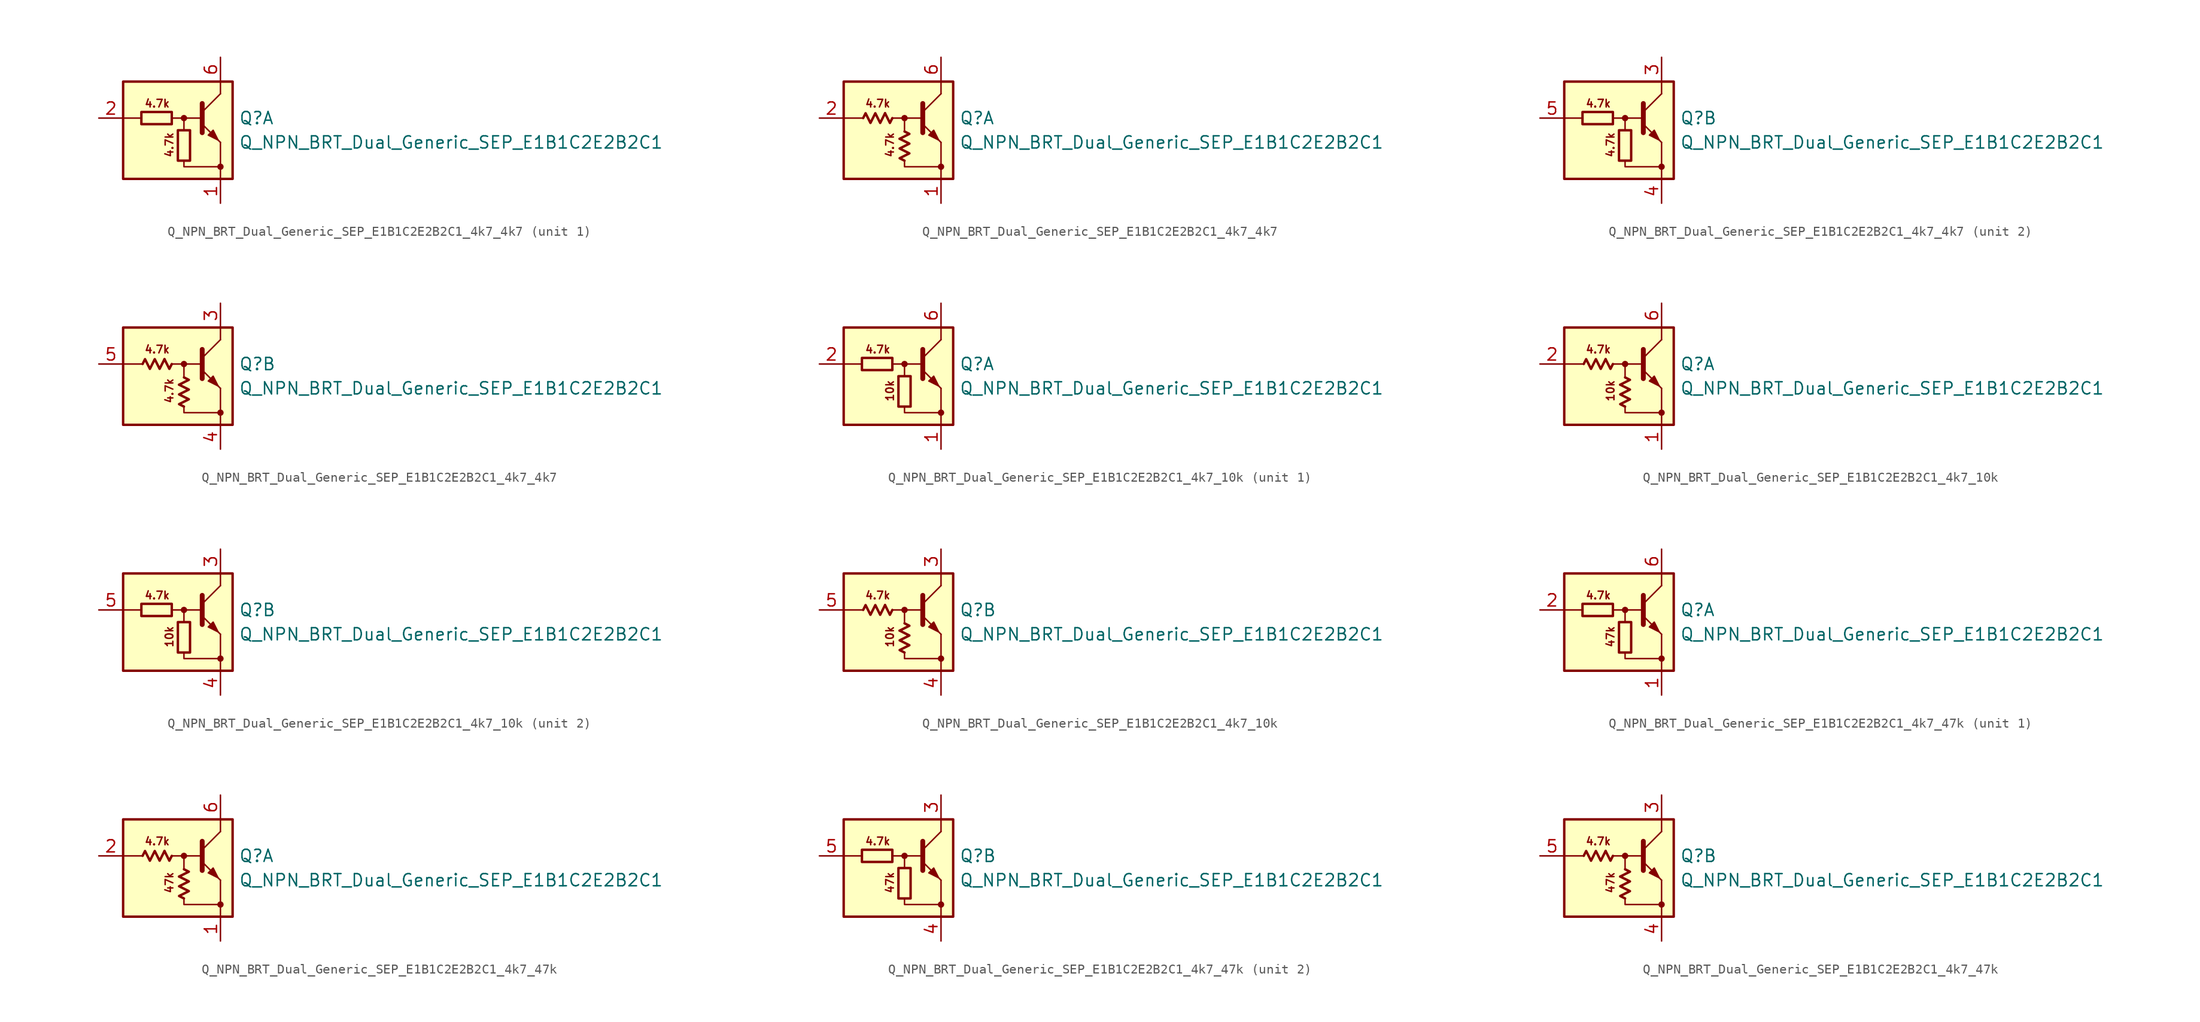
<source format=kicad_sym>
(kicad_symbol_lib
  (version 20220914)
  (generator kicad_symbol_editor)
  (symbol "Q_NPN_BRT_Dual_Generic_SEP_E1B1C2E2B2C1_4k7_4k7"
    (pin_names
      (offset 1.016) hide)
    (property "Reference" "Q"
      (at 5.715 1.27 0)
      (effects (font (size 1.27 1.27)) (justify left)))
    (property "Value" "Q_NPN_BRT_Dual_Generic_SEP_E1B1C2E2B2C1"
      (at 5.715 -1.27 0)
      (effects (font (size 1.27 1.27)) (justify left)))
    (property "ki_locked" ""
      (at 0 0 0)
      (effects (font (size 1.27 1.27))))
    (symbol "Q_NPN_BRT_Dual_Generic_SEP_E1B1C2E2B2C1_4k7_4k7_0_2"
      (polyline (pts (xy -2.032 1.778) (xy -1.524 0.762) (xy -1.27 1.27)) (stroke (width 0.254) (type default)) (fill (type none)))
      (polyline (pts (xy -0.508 -0.889) (xy 0.508 -0.381) (xy 0 -0.127)) (stroke (width 0.254) (type default)) (fill (type none)))
      (polyline (pts (xy -4.318 1.27) (xy -4.064 1.778) (xy -3.556 0.762) (xy -3.048 1.778) (xy -2.54 0.762) (xy -2.032 1.778)) (stroke (width 0.254) (type default)) (fill (type none)))
      (polyline (pts (xy 0 -3.175) (xy -0.508 -2.921) (xy 0.508 -2.413) (xy -0.508 -1.905) (xy 0.508 -1.397) (xy -0.508 -0.889)) (stroke (width 0.254) (type default)) (fill (type none))))
    (symbol "Q_NPN_BRT_Dual_Generic_SEP_E1B1C2E2B2C1_4k7_4k7_1_0"
      (rectangle (start -6.35 5.08) (end 5.08 -5.08) (stroke (width 0.254) (type default)) (fill (type background)))
      (polyline (pts (xy -4.445 1.27) (xy -6.35 1.27)) (stroke (width 0) (type default)) (fill (type none)))
      (polyline (pts (xy -0.254 1.27) (xy 1.905 1.27)) (stroke (width 0) (type default)) (fill (type none)))
      (polyline (pts (xy 1.905 1.905) (xy 3.81 3.81)) (stroke (width 0) (type default)) (fill (type none)))
      (polyline (pts (xy 1.905 2.794) (xy 1.905 -0.254)) (stroke (width 0.508) (type default)) (fill (type none)))
      (polyline (pts (xy 3.81 -3.81) (xy 3.81 -5.08)) (stroke (width 0) (type default)) (fill (type none)))
      (polyline (pts (xy 3.81 -3.81) (xy 3.81 -1.27)) (stroke (width 0) (type default)) (fill (type none)))
      (polyline (pts (xy 3.81 3.81) (xy 3.81 5.08)) (stroke (width 0) (type default)) (fill (type none)))
      (polyline (pts (xy -1.27 1.27) (xy 0 1.27) (xy 0 0)) (stroke (width 0) (type default)) (fill (type none)))
      (polyline (pts (xy 0 -3.175) (xy 0 -3.81) (xy 3.81 -3.81)) (stroke (width 0) (type default)) (fill (type none)))
      (polyline (pts (xy 1.905 0.635) (xy 3.81 -1.27) (xy 3.81 -1.27)) (stroke (width 0) (type default)) (fill (type none)))
      (polyline (pts (xy 2.54 -0.508) (xy 3.048 0) (xy 3.556 -1.016) (xy 2.54 -0.508) (xy 2.54 -0.508)) (stroke (width 0) (type default)) (fill (type outline)))
      (circle (center 0 1.27) (radius 0.254) (stroke (width 0) (type default)) (fill (type outline)))
      (circle (center 3.81 -3.81) (radius 0.254) (stroke (width 0) (type default)) (fill (type outline)))
      (text "4.7k" (at -2.794 2.794 0) (effects (font (size 0.8 0.8))))
      (text "4.7k" (at -1.524 -1.524 900) (effects (font (size 0.8 0.8)))))
    (symbol "Q_NPN_BRT_Dual_Generic_SEP_E1B1C2E2B2C1_4k7_4k7_1_1"
      (rectangle (start -4.445 1.905) (end -1.27 0.635) (stroke (width 0.254) (type default)) (fill (type none)))
      (rectangle (start -0.635 0) (end 0.635 -3.175) (stroke (width 0.254) (type default)) (fill (type none)))
      (pin passive line (at 3.81 -7.62 90) (length 2.54) (name "E1" (effects (font (size 1.27 1.27)))) (number "1" (effects (font (size 1.27 1.27)))))
      (pin passive line (at -8.89 1.27 0) (length 2.54) (name "B1" (effects (font (size 1.27 1.27)))) (number "2" (effects (font (size 1.27 1.27)))))
      (pin passive line (at 3.81 7.62 270) (length 2.54) (name "C1" (effects (font (size 1.27 1.27)))) (number "6" (effects (font (size 1.27 1.27))))))
    (symbol "Q_NPN_BRT_Dual_Generic_SEP_E1B1C2E2B2C1_4k7_4k7_1_2"
      (pin passive line (at 3.81 -7.62 90) (length 2.54) (name "E1" (effects (font (size 1.27 1.27)))) (number "1" (effects (font (size 1.27 1.27)))))
      (pin passive line (at -8.89 1.27 0) (length 2.54) (name "B1" (effects (font (size 1.27 1.27)))) (number "2" (effects (font (size 1.27 1.27)))))
      (pin passive line (at 3.81 7.62 270) (length 2.54) (name "C1" (effects (font (size 1.27 1.27)))) (number "6" (effects (font (size 1.27 1.27))))))
    (symbol "Q_NPN_BRT_Dual_Generic_SEP_E1B1C2E2B2C1_4k7_4k7_2_0"
      (rectangle (start -6.35 5.08) (end 5.08 -5.08) (stroke (width 0.254) (type default)) (fill (type background)))
      (polyline (pts (xy -4.445 1.27) (xy -6.35 1.27)) (stroke (width 0) (type default)) (fill (type none)))
      (polyline (pts (xy -0.254 1.27) (xy 1.905 1.27)) (stroke (width 0) (type default)) (fill (type none)))
      (polyline (pts (xy 1.905 1.905) (xy 3.81 3.81)) (stroke (width 0) (type default)) (fill (type none)))
      (polyline (pts (xy 1.905 2.794) (xy 1.905 -0.254)) (stroke (width 0.508) (type default)) (fill (type none)))
      (polyline (pts (xy 3.81 -3.81) (xy 3.81 -5.08)) (stroke (width 0) (type default)) (fill (type none)))
      (polyline (pts (xy 3.81 -3.81) (xy 3.81 -1.27)) (stroke (width 0) (type default)) (fill (type none)))
      (polyline (pts (xy 3.81 3.81) (xy 3.81 5.08)) (stroke (width 0) (type default)) (fill (type none)))
      (polyline (pts (xy -1.27 1.27) (xy 0 1.27) (xy 0 0)) (stroke (width 0) (type default)) (fill (type none)))
      (polyline (pts (xy 0 -3.175) (xy 0 -3.81) (xy 3.81 -3.81)) (stroke (width 0) (type default)) (fill (type none)))
      (polyline (pts (xy 1.905 0.635) (xy 3.81 -1.27) (xy 3.81 -1.27)) (stroke (width 0) (type default)) (fill (type none)))
      (polyline (pts (xy 2.54 -0.508) (xy 3.048 0) (xy 3.556 -1.016) (xy 2.54 -0.508) (xy 2.54 -0.508)) (stroke (width 0) (type default)) (fill (type outline)))
      (circle (center 0 1.27) (radius 0.254) (stroke (width 0) (type default)) (fill (type outline)))
      (circle (center 3.81 -3.81) (radius 0.254) (stroke (width 0) (type default)) (fill (type outline)))
      (text "4.7k" (at -2.794 2.794 0) (effects (font (size 0.8 0.8))))
      (text "4.7k" (at -1.524 -1.524 900) (effects (font (size 0.8 0.8)))))
    (symbol "Q_NPN_BRT_Dual_Generic_SEP_E1B1C2E2B2C1_4k7_4k7_2_1"
      (rectangle (start -4.445 1.905) (end -1.27 0.635) (stroke (width 0.254) (type default)) (fill (type none)))
      (rectangle (start -0.635 0) (end 0.635 -3.175) (stroke (width 0.254) (type default)) (fill (type none)))
      (pin passive line (at 3.81 7.62 270) (length 2.54) (name "C2" (effects (font (size 1.27 1.27)))) (number "3" (effects (font (size 1.27 1.27)))))
      (pin passive line (at 3.81 -7.62 90) (length 2.54) (name "E2" (effects (font (size 1.27 1.27)))) (number "4" (effects (font (size 1.27 1.27)))))
      (pin input line (at -8.89 1.27 0) (length 2.54) (name "B2" (effects (font (size 1.27 1.27)))) (number "5" (effects (font (size 1.27 1.27))))))
    (symbol "Q_NPN_BRT_Dual_Generic_SEP_E1B1C2E2B2C1_4k7_4k7_2_2"
      (pin passive line (at 3.81 7.62 270) (length 2.54) (name "C2" (effects (font (size 1.27 1.27)))) (number "3" (effects (font (size 1.27 1.27)))))
      (pin passive line (at 3.81 -7.62 90) (length 2.54) (name "E2" (effects (font (size 1.27 1.27)))) (number "4" (effects (font (size 1.27 1.27)))))
      (pin input line (at -8.89 1.27 0) (length 2.54) (name "B2" (effects (font (size 1.27 1.27)))) (number "5" (effects (font (size 1.27 1.27)))))))
  (symbol "Q_NPN_BRT_Dual_Generic_SEP_E1B1C2E2B2C1_4k7_10k"
    (pin_names
      (offset 1.016) hide)
    (property "Reference" "Q"
      (at 5.715 1.27 0)
      (effects (font (size 1.27 1.27)) (justify left)))
    (property "Value" "Q_NPN_BRT_Dual_Generic_SEP_E1B1C2E2B2C1"
      (at 5.715 -1.27 0)
      (effects (font (size 1.27 1.27)) (justify left)))
    (property "ki_locked" ""
      (at 0 0 0)
      (effects (font (size 1.27 1.27))))
    (symbol "Q_NPN_BRT_Dual_Generic_SEP_E1B1C2E2B2C1_4k7_10k_0_2"
      (polyline (pts (xy -2.032 1.778) (xy -1.524 0.762) (xy -1.27 1.27)) (stroke (width 0.254) (type default)) (fill (type none)))
      (polyline (pts (xy -0.508 -0.889) (xy 0.508 -0.381) (xy 0 -0.127)) (stroke (width 0.254) (type default)) (fill (type none)))
      (polyline (pts (xy -4.318 1.27) (xy -4.064 1.778) (xy -3.556 0.762) (xy -3.048 1.778) (xy -2.54 0.762) (xy -2.032 1.778)) (stroke (width 0.254) (type default)) (fill (type none)))
      (polyline (pts (xy 0 -3.175) (xy -0.508 -2.921) (xy 0.508 -2.413) (xy -0.508 -1.905) (xy 0.508 -1.397) (xy -0.508 -0.889)) (stroke (width 0.254) (type default)) (fill (type none))))
    (symbol "Q_NPN_BRT_Dual_Generic_SEP_E1B1C2E2B2C1_4k7_10k_1_0"
      (rectangle (start -6.35 5.08) (end 5.08 -5.08) (stroke (width 0.254) (type default)) (fill (type background)))
      (polyline (pts (xy -4.445 1.27) (xy -6.35 1.27)) (stroke (width 0) (type default)) (fill (type none)))
      (polyline (pts (xy -0.254 1.27) (xy 1.905 1.27)) (stroke (width 0) (type default)) (fill (type none)))
      (polyline (pts (xy 1.905 1.905) (xy 3.81 3.81)) (stroke (width 0) (type default)) (fill (type none)))
      (polyline (pts (xy 1.905 2.794) (xy 1.905 -0.254)) (stroke (width 0.508) (type default)) (fill (type none)))
      (polyline (pts (xy 3.81 -3.81) (xy 3.81 -5.08)) (stroke (width 0) (type default)) (fill (type none)))
      (polyline (pts (xy 3.81 -3.81) (xy 3.81 -1.27)) (stroke (width 0) (type default)) (fill (type none)))
      (polyline (pts (xy 3.81 3.81) (xy 3.81 5.08)) (stroke (width 0) (type default)) (fill (type none)))
      (polyline (pts (xy -1.27 1.27) (xy 0 1.27) (xy 0 0)) (stroke (width 0) (type default)) (fill (type none)))
      (polyline (pts (xy 0 -3.175) (xy 0 -3.81) (xy 3.81 -3.81)) (stroke (width 0) (type default)) (fill (type none)))
      (polyline (pts (xy 1.905 0.635) (xy 3.81 -1.27) (xy 3.81 -1.27)) (stroke (width 0) (type default)) (fill (type none)))
      (polyline (pts (xy 2.54 -0.508) (xy 3.048 0) (xy 3.556 -1.016) (xy 2.54 -0.508) (xy 2.54 -0.508)) (stroke (width 0) (type default)) (fill (type outline)))
      (circle (center 0 1.27) (radius 0.254) (stroke (width 0) (type default)) (fill (type outline)))
      (circle (center 3.81 -3.81) (radius 0.254) (stroke (width 0) (type default)) (fill (type outline)))
      (text "10k" (at -1.524 -1.524 900) (effects (font (size 0.8 0.8))))
      (text "4.7k" (at -2.794 2.794 0) (effects (font (size 0.8 0.8)))))
    (symbol "Q_NPN_BRT_Dual_Generic_SEP_E1B1C2E2B2C1_4k7_10k_1_1"
      (rectangle (start -4.445 1.905) (end -1.27 0.635) (stroke (width 0.254) (type default)) (fill (type none)))
      (rectangle (start -0.635 0) (end 0.635 -3.175) (stroke (width 0.254) (type default)) (fill (type none)))
      (pin passive line (at 3.81 -7.62 90) (length 2.54) (name "E1" (effects (font (size 1.27 1.27)))) (number "1" (effects (font (size 1.27 1.27)))))
      (pin passive line (at -8.89 1.27 0) (length 2.54) (name "B1" (effects (font (size 1.27 1.27)))) (number "2" (effects (font (size 1.27 1.27)))))
      (pin passive line (at 3.81 7.62 270) (length 2.54) (name "C1" (effects (font (size 1.27 1.27)))) (number "6" (effects (font (size 1.27 1.27))))))
    (symbol "Q_NPN_BRT_Dual_Generic_SEP_E1B1C2E2B2C1_4k7_10k_1_2"
      (pin passive line (at 3.81 -7.62 90) (length 2.54) (name "E1" (effects (font (size 1.27 1.27)))) (number "1" (effects (font (size 1.27 1.27)))))
      (pin passive line (at -8.89 1.27 0) (length 2.54) (name "B1" (effects (font (size 1.27 1.27)))) (number "2" (effects (font (size 1.27 1.27)))))
      (pin passive line (at 3.81 7.62 270) (length 2.54) (name "C1" (effects (font (size 1.27 1.27)))) (number "6" (effects (font (size 1.27 1.27))))))
    (symbol "Q_NPN_BRT_Dual_Generic_SEP_E1B1C2E2B2C1_4k7_10k_2_0"
      (rectangle (start -6.35 5.08) (end 5.08 -5.08) (stroke (width 0.254) (type default)) (fill (type background)))
      (polyline (pts (xy -4.445 1.27) (xy -6.35 1.27)) (stroke (width 0) (type default)) (fill (type none)))
      (polyline (pts (xy -0.254 1.27) (xy 1.905 1.27)) (stroke (width 0) (type default)) (fill (type none)))
      (polyline (pts (xy 1.905 1.905) (xy 3.81 3.81)) (stroke (width 0) (type default)) (fill (type none)))
      (polyline (pts (xy 1.905 2.794) (xy 1.905 -0.254)) (stroke (width 0.508) (type default)) (fill (type none)))
      (polyline (pts (xy 3.81 -3.81) (xy 3.81 -5.08)) (stroke (width 0) (type default)) (fill (type none)))
      (polyline (pts (xy 3.81 -3.81) (xy 3.81 -1.27)) (stroke (width 0) (type default)) (fill (type none)))
      (polyline (pts (xy 3.81 3.81) (xy 3.81 5.08)) (stroke (width 0) (type default)) (fill (type none)))
      (polyline (pts (xy -1.27 1.27) (xy 0 1.27) (xy 0 0)) (stroke (width 0) (type default)) (fill (type none)))
      (polyline (pts (xy 0 -3.175) (xy 0 -3.81) (xy 3.81 -3.81)) (stroke (width 0) (type default)) (fill (type none)))
      (polyline (pts (xy 1.905 0.635) (xy 3.81 -1.27) (xy 3.81 -1.27)) (stroke (width 0) (type default)) (fill (type none)))
      (polyline (pts (xy 2.54 -0.508) (xy 3.048 0) (xy 3.556 -1.016) (xy 2.54 -0.508) (xy 2.54 -0.508)) (stroke (width 0) (type default)) (fill (type outline)))
      (circle (center 0 1.27) (radius 0.254) (stroke (width 0) (type default)) (fill (type outline)))
      (circle (center 3.81 -3.81) (radius 0.254) (stroke (width 0) (type default)) (fill (type outline)))
      (text "10k" (at -1.524 -1.524 900) (effects (font (size 0.8 0.8))))
      (text "4.7k" (at -2.794 2.794 0) (effects (font (size 0.8 0.8)))))
    (symbol "Q_NPN_BRT_Dual_Generic_SEP_E1B1C2E2B2C1_4k7_10k_2_1"
      (rectangle (start -4.445 1.905) (end -1.27 0.635) (stroke (width 0.254) (type default)) (fill (type none)))
      (rectangle (start -0.635 0) (end 0.635 -3.175) (stroke (width 0.254) (type default)) (fill (type none)))
      (pin passive line (at 3.81 7.62 270) (length 2.54) (name "C2" (effects (font (size 1.27 1.27)))) (number "3" (effects (font (size 1.27 1.27)))))
      (pin passive line (at 3.81 -7.62 90) (length 2.54) (name "E2" (effects (font (size 1.27 1.27)))) (number "4" (effects (font (size 1.27 1.27)))))
      (pin input line (at -8.89 1.27 0) (length 2.54) (name "B2" (effects (font (size 1.27 1.27)))) (number "5" (effects (font (size 1.27 1.27))))))
    (symbol "Q_NPN_BRT_Dual_Generic_SEP_E1B1C2E2B2C1_4k7_10k_2_2"
      (pin passive line (at 3.81 7.62 270) (length 2.54) (name "C2" (effects (font (size 1.27 1.27)))) (number "3" (effects (font (size 1.27 1.27)))))
      (pin passive line (at 3.81 -7.62 90) (length 2.54) (name "E2" (effects (font (size 1.27 1.27)))) (number "4" (effects (font (size 1.27 1.27)))))
      (pin input line (at -8.89 1.27 0) (length 2.54) (name "B2" (effects (font (size 1.27 1.27)))) (number "5" (effects (font (size 1.27 1.27)))))))
  (symbol "Q_NPN_BRT_Dual_Generic_SEP_E1B1C2E2B2C1_4k7_47k"
    (pin_names
      (offset 1.016) hide)
    (property "Reference" "Q"
      (at 5.715 1.27 0)
      (effects (font (size 1.27 1.27)) (justify left)))
    (property "Value" "Q_NPN_BRT_Dual_Generic_SEP_E1B1C2E2B2C1"
      (at 5.715 -1.27 0)
      (effects (font (size 1.27 1.27)) (justify left)))
    (property "ki_locked" ""
      (at 0 0 0)
      (effects (font (size 1.27 1.27))))
    (symbol "Q_NPN_BRT_Dual_Generic_SEP_E1B1C2E2B2C1_4k7_47k_0_2"
      (polyline (pts (xy -2.032 1.778) (xy -1.524 0.762) (xy -1.27 1.27)) (stroke (width 0.254) (type default)) (fill (type none)))
      (polyline (pts (xy -0.508 -0.889) (xy 0.508 -0.381) (xy 0 -0.127)) (stroke (width 0.254) (type default)) (fill (type none)))
      (polyline (pts (xy -4.318 1.27) (xy -4.064 1.778) (xy -3.556 0.762) (xy -3.048 1.778) (xy -2.54 0.762) (xy -2.032 1.778)) (stroke (width 0.254) (type default)) (fill (type none)))
      (polyline (pts (xy 0 -3.175) (xy -0.508 -2.921) (xy 0.508 -2.413) (xy -0.508 -1.905) (xy 0.508 -1.397) (xy -0.508 -0.889)) (stroke (width 0.254) (type default)) (fill (type none))))
    (symbol "Q_NPN_BRT_Dual_Generic_SEP_E1B1C2E2B2C1_4k7_47k_1_0"
      (rectangle (start -6.35 5.08) (end 5.08 -5.08) (stroke (width 0.254) (type default)) (fill (type background)))
      (polyline (pts (xy -4.445 1.27) (xy -6.35 1.27)) (stroke (width 0) (type default)) (fill (type none)))
      (polyline (pts (xy -0.254 1.27) (xy 1.905 1.27)) (stroke (width 0) (type default)) (fill (type none)))
      (polyline (pts (xy 1.905 1.905) (xy 3.81 3.81)) (stroke (width 0) (type default)) (fill (type none)))
      (polyline (pts (xy 1.905 2.794) (xy 1.905 -0.254)) (stroke (width 0.508) (type default)) (fill (type none)))
      (polyline (pts (xy 3.81 -3.81) (xy 3.81 -5.08)) (stroke (width 0) (type default)) (fill (type none)))
      (polyline (pts (xy 3.81 -3.81) (xy 3.81 -1.27)) (stroke (width 0) (type default)) (fill (type none)))
      (polyline (pts (xy 3.81 3.81) (xy 3.81 5.08)) (stroke (width 0) (type default)) (fill (type none)))
      (polyline (pts (xy -1.27 1.27) (xy 0 1.27) (xy 0 0)) (stroke (width 0) (type default)) (fill (type none)))
      (polyline (pts (xy 0 -3.175) (xy 0 -3.81) (xy 3.81 -3.81)) (stroke (width 0) (type default)) (fill (type none)))
      (polyline (pts (xy 1.905 0.635) (xy 3.81 -1.27) (xy 3.81 -1.27)) (stroke (width 0) (type default)) (fill (type none)))
      (polyline (pts (xy 2.54 -0.508) (xy 3.048 0) (xy 3.556 -1.016) (xy 2.54 -0.508) (xy 2.54 -0.508)) (stroke (width 0) (type default)) (fill (type outline)))
      (circle (center 0 1.27) (radius 0.254) (stroke (width 0) (type default)) (fill (type outline)))
      (circle (center 3.81 -3.81) (radius 0.254) (stroke (width 0) (type default)) (fill (type outline)))
      (text "4.7k" (at -2.794 2.794 0) (effects (font (size 0.8 0.8))))
      (text "47k" (at -1.524 -1.524 900) (effects (font (size 0.8 0.8)))))
    (symbol "Q_NPN_BRT_Dual_Generic_SEP_E1B1C2E2B2C1_4k7_47k_1_1"
      (rectangle (start -4.445 1.905) (end -1.27 0.635) (stroke (width 0.254) (type default)) (fill (type none)))
      (rectangle (start -0.635 0) (end 0.635 -3.175) (stroke (width 0.254) (type default)) (fill (type none)))
      (pin passive line (at 3.81 -7.62 90) (length 2.54) (name "E1" (effects (font (size 1.27 1.27)))) (number "1" (effects (font (size 1.27 1.27)))))
      (pin passive line (at -8.89 1.27 0) (length 2.54) (name "B1" (effects (font (size 1.27 1.27)))) (number "2" (effects (font (size 1.27 1.27)))))
      (pin passive line (at 3.81 7.62 270) (length 2.54) (name "C1" (effects (font (size 1.27 1.27)))) (number "6" (effects (font (size 1.27 1.27))))))
    (symbol "Q_NPN_BRT_Dual_Generic_SEP_E1B1C2E2B2C1_4k7_47k_1_2"
      (pin passive line (at 3.81 -7.62 90) (length 2.54) (name "E1" (effects (font (size 1.27 1.27)))) (number "1" (effects (font (size 1.27 1.27)))))
      (pin passive line (at -8.89 1.27 0) (length 2.54) (name "B1" (effects (font (size 1.27 1.27)))) (number "2" (effects (font (size 1.27 1.27)))))
      (pin passive line (at 3.81 7.62 270) (length 2.54) (name "C1" (effects (font (size 1.27 1.27)))) (number "6" (effects (font (size 1.27 1.27))))))
    (symbol "Q_NPN_BRT_Dual_Generic_SEP_E1B1C2E2B2C1_4k7_47k_2_0"
      (rectangle (start -6.35 5.08) (end 5.08 -5.08) (stroke (width 0.254) (type default)) (fill (type background)))
      (polyline (pts (xy -4.445 1.27) (xy -6.35 1.27)) (stroke (width 0) (type default)) (fill (type none)))
      (polyline (pts (xy -0.254 1.27) (xy 1.905 1.27)) (stroke (width 0) (type default)) (fill (type none)))
      (polyline (pts (xy 1.905 1.905) (xy 3.81 3.81)) (stroke (width 0) (type default)) (fill (type none)))
      (polyline (pts (xy 1.905 2.794) (xy 1.905 -0.254)) (stroke (width 0.508) (type default)) (fill (type none)))
      (polyline (pts (xy 3.81 -3.81) (xy 3.81 -5.08)) (stroke (width 0) (type default)) (fill (type none)))
      (polyline (pts (xy 3.81 -3.81) (xy 3.81 -1.27)) (stroke (width 0) (type default)) (fill (type none)))
      (polyline (pts (xy 3.81 3.81) (xy 3.81 5.08)) (stroke (width 0) (type default)) (fill (type none)))
      (polyline (pts (xy -1.27 1.27) (xy 0 1.27) (xy 0 0)) (stroke (width 0) (type default)) (fill (type none)))
      (polyline (pts (xy 0 -3.175) (xy 0 -3.81) (xy 3.81 -3.81)) (stroke (width 0) (type default)) (fill (type none)))
      (polyline (pts (xy 1.905 0.635) (xy 3.81 -1.27) (xy 3.81 -1.27)) (stroke (width 0) (type default)) (fill (type none)))
      (polyline (pts (xy 2.54 -0.508) (xy 3.048 0) (xy 3.556 -1.016) (xy 2.54 -0.508) (xy 2.54 -0.508)) (stroke (width 0) (type default)) (fill (type outline)))
      (circle (center 0 1.27) (radius 0.254) (stroke (width 0) (type default)) (fill (type outline)))
      (circle (center 3.81 -3.81) (radius 0.254) (stroke (width 0) (type default)) (fill (type outline)))
      (text "4.7k" (at -2.794 2.794 0) (effects (font (size 0.8 0.8))))
      (text "47k" (at -1.524 -1.524 900) (effects (font (size 0.8 0.8)))))
    (symbol "Q_NPN_BRT_Dual_Generic_SEP_E1B1C2E2B2C1_4k7_47k_2_1"
      (rectangle (start -4.445 1.905) (end -1.27 0.635) (stroke (width 0.254) (type default)) (fill (type none)))
      (rectangle (start -0.635 0) (end 0.635 -3.175) (stroke (width 0.254) (type default)) (fill (type none)))
      (pin passive line (at 3.81 7.62 270) (length 2.54) (name "C2" (effects (font (size 1.27 1.27)))) (number "3" (effects (font (size 1.27 1.27)))))
      (pin passive line (at 3.81 -7.62 90) (length 2.54) (name "E2" (effects (font (size 1.27 1.27)))) (number "4" (effects (font (size 1.27 1.27)))))
      (pin input line (at -8.89 1.27 0) (length 2.54) (name "B2" (effects (font (size 1.27 1.27)))) (number "5" (effects (font (size 1.27 1.27))))))
    (symbol "Q_NPN_BRT_Dual_Generic_SEP_E1B1C2E2B2C1_4k7_47k_2_2"
      (pin passive line (at 3.81 7.62 270) (length 2.54) (name "C2" (effects (font (size 1.27 1.27)))) (number "3" (effects (font (size 1.27 1.27)))))
      (pin passive line (at 3.81 -7.62 90) (length 2.54) (name "E2" (effects (font (size 1.27 1.27)))) (number "4" (effects (font (size 1.27 1.27)))))
      (pin input line (at -8.89 1.27 0) (length 2.54) (name "B2" (effects (font (size 1.27 1.27)))) (number "5" (effects (font (size 1.27 1.27))))))))
</source>
